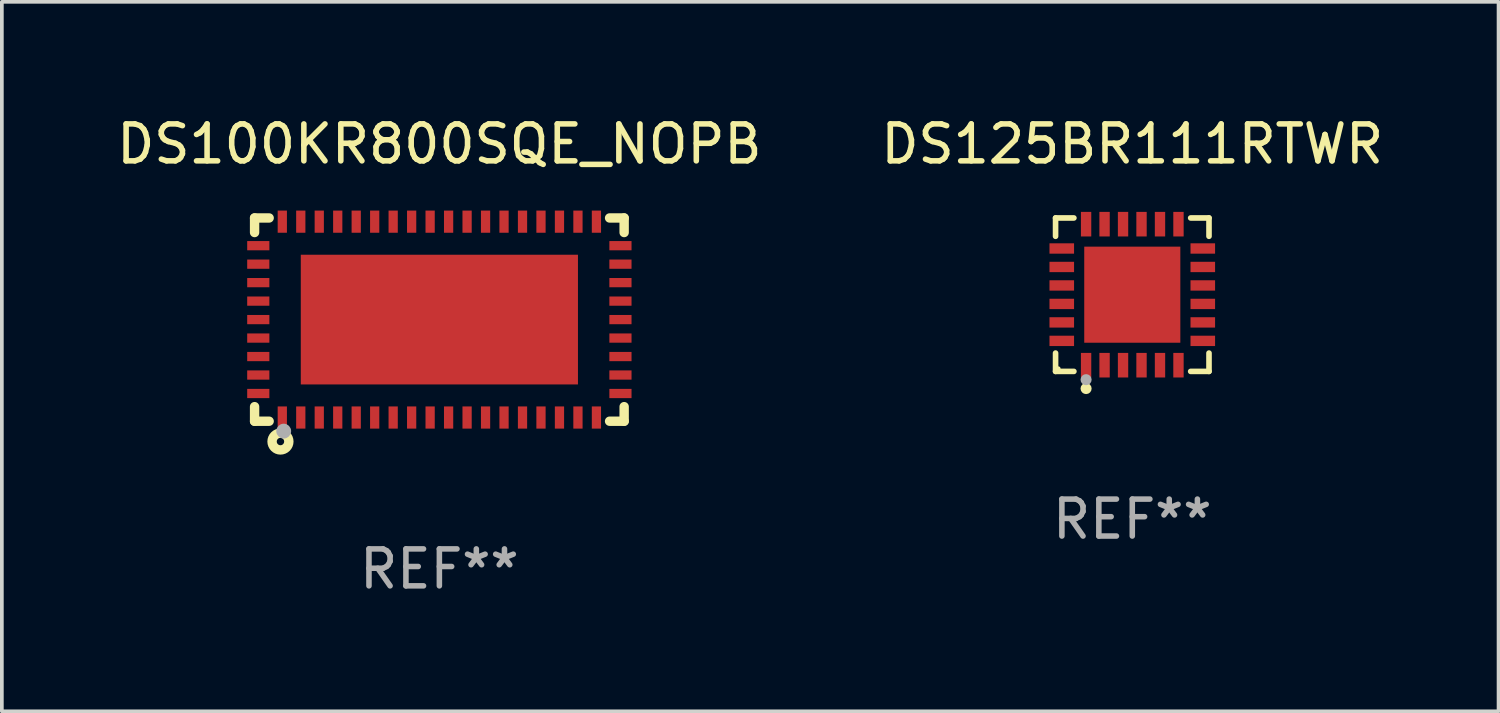
<source format=kicad_pcb>
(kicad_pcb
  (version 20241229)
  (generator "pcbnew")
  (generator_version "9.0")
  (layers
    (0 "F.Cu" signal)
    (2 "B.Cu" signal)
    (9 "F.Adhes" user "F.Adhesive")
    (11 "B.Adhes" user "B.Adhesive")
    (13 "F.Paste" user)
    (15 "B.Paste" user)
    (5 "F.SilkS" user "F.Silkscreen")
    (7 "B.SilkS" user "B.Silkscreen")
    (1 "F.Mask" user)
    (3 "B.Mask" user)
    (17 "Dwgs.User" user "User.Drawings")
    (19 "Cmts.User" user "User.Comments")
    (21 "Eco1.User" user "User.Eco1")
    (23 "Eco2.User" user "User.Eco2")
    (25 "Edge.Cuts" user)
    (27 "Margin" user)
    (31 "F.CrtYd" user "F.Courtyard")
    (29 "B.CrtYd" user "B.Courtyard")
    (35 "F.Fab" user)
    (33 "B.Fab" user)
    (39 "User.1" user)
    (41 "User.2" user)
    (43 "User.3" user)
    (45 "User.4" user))
  (footprint "DS100KR800SQE_NOPB"
    (layer "F.Cu")
    (at 8.839 5.598)
    (property "Reference" "DS100KR800SQE_NOPB" (at 0 -4.75 0) (layer "F.SilkS") (effects (font (size 1 1) (thickness 0.15))))
    (attr through_hole)
    (fp_line (start -5 -2.75) (end -4.606 -2.75) (stroke (width 0.254) (type solid)) (layer "F.SilkS"))
    (fp_line (start -5 -2.356) (end -5 -2.75) (stroke (width 0.254) (type solid)) (layer "F.SilkS"))
    (fp_line (start -5 2.75) (end -5 2.356) (stroke (width 0.254) (type solid)) (layer "F.SilkS"))
    (fp_line (start -4.606 2.75) (end -5 2.75) (stroke (width 0.254) (type solid)) (layer "F.SilkS"))
    (fp_line (start 4.606 -2.75) (end 5 -2.75) (stroke (width 0.254) (type solid)) (layer "F.SilkS"))
    (fp_line (start 5 -2.75) (end 5 -2.356) (stroke (width 0.254) (type solid)) (layer "F.SilkS"))
    (fp_line (start 5 2.356) (end 5 2.75) (stroke (width 0.254) (type solid)) (layer "F.SilkS"))
    (fp_line (start 5 2.75) (end 4.606 2.75) (stroke (width 0.254) (type solid)) (layer "F.SilkS"))
    (fp_circle (center -5 2.75) (end -4.97 2.75) (stroke (width 0.06) (type solid)) (fill no) (layer "F.SilkS"))
    (fp_circle (center -4.3 3.3) (end -4.2 3.3) (stroke (width 0.254) (type solid)) (fill no) (layer "F.SilkS"))
    (fp_circle (center -4.212 3.018) (end -4.111 3.018) (stroke (width 0.2) (type solid)) (fill no) (layer "F.Fab"))
    (fp_text user "REF**" (at 0 6.75 0) (layer "F.Fab") (effects (font (size 1 1) (thickness 0.15))))
    (pad "1" smd rect (at -4.25 2.65 270) (size 0.6 0.25) (layers "F.Cu" "F.Mask" "F.Paste"))
    (pad "2" smd rect (at -3.75 2.65 270) (size 0.6 0.25) (layers "F.Cu" "F.Mask" "F.Paste"))
    (pad "3" smd rect (at -3.25 2.65 270) (size 0.6 0.25) (layers "F.Cu" "F.Mask" "F.Paste"))
    (pad "4" smd rect (at -2.75 2.65 270) (size 0.6 0.25) (layers "F.Cu" "F.Mask" "F.Paste"))
    (pad "5" smd rect (at -2.25 2.65 270) (size 0.6 0.25) (layers "F.Cu" "F.Mask" "F.Paste"))
    (pad "6" smd rect (at -1.75 2.65 270) (size 0.6 0.25) (layers "F.Cu" "F.Mask" "F.Paste"))
    (pad "7" smd rect (at -1.25 2.65 270) (size 0.6 0.25) (layers "F.Cu" "F.Mask" "F.Paste"))
    (pad "8" smd rect (at -0.75 2.65 270) (size 0.6 0.25) (layers "F.Cu" "F.Mask" "F.Paste"))
    (pad "9" smd rect (at -0.25 2.65 270) (size 0.6 0.25) (layers "F.Cu" "F.Mask" "F.Paste"))
    (pad "10" smd rect (at 0.25 2.65 270) (size 0.6 0.25) (layers "F.Cu" "F.Mask" "F.Paste"))
    (pad "11" smd rect (at 0.75 2.65 270) (size 0.6 0.25) (layers "F.Cu" "F.Mask" "F.Paste"))
    (pad "12" smd rect (at 1.25 2.65 270) (size 0.6 0.25) (layers "F.Cu" "F.Mask" "F.Paste"))
    (pad "13" smd rect (at 1.75 2.65 270) (size 0.6 0.25) (layers "F.Cu" "F.Mask" "F.Paste"))
    (pad "14" smd rect (at 2.25 2.65 270) (size 0.6 0.25) (layers "F.Cu" "F.Mask" "F.Paste"))
    (pad "15" smd rect (at 2.75 2.65 270) (size 0.6 0.25) (layers "F.Cu" "F.Mask" "F.Paste"))
    (pad "16" smd rect (at 3.25 2.65 270) (size 0.6 0.25) (layers "F.Cu" "F.Mask" "F.Paste"))
    (pad "17" smd rect (at 3.75 2.65 270) (size 0.6 0.25) (layers "F.Cu" "F.Mask" "F.Paste"))
    (pad "18" smd rect (at 4.25 2.65 270) (size 0.6 0.25) (layers "F.Cu" "F.Mask" "F.Paste"))
    (pad "19" smd rect (at 4.9 2 270) (size 0.25 0.6) (layers "F.Cu" "F.Mask" "F.Paste"))
    (pad "20" smd rect (at 4.9 1.5 270) (size 0.25 0.6) (layers "F.Cu" "F.Mask" "F.Paste"))
    (pad "21" smd rect (at 4.9 1 270) (size 0.25 0.6) (layers "F.Cu" "F.Mask" "F.Paste"))
    (pad "22" smd rect (at 4.9 0.5 270) (size 0.25 0.6) (layers "F.Cu" "F.Mask" "F.Paste"))
    (pad "23" smd rect (at 4.9 -0.000076 270) (size 0.25 0.6) (layers "F.Cu" "F.Mask" "F.Paste"))
    (pad "24" smd rect (at 4.9 -0.5 270) (size 0.25 0.6) (layers "F.Cu" "F.Mask" "F.Paste"))
    (pad "25" smd rect (at 4.9 -1 270) (size 0.25 0.6) (layers "F.Cu" "F.Mask" "F.Paste"))
    (pad "26" smd rect (at 4.9 -1.5 270) (size 0.25 0.6) (layers "F.Cu" "F.Mask" "F.Paste"))
    (pad "27" smd rect (at 4.9 -2 270) (size 0.25 0.6) (layers "F.Cu" "F.Mask" "F.Paste"))
    (pad "28" smd rect (at 4.25 -2.65 270) (size 0.6 0.25) (layers "F.Cu" "F.Mask" "F.Paste"))
    (pad "29" smd rect (at 3.75 -2.65 270) (size 0.6 0.25) (layers "F.Cu" "F.Mask" "F.Paste"))
    (pad "30" smd rect (at 3.25 -2.65 270) (size 0.6 0.25) (layers "F.Cu" "F.Mask" "F.Paste"))
    (pad "31" smd rect (at 2.75 -2.65 270) (size 0.6 0.25) (layers "F.Cu" "F.Mask" "F.Paste"))
    (pad "32" smd rect (at 2.25 -2.65 270) (size 0.6 0.25) (layers "F.Cu" "F.Mask" "F.Paste"))
    (pad "33" smd rect (at 1.75 -2.65 270) (size 0.6 0.25) (layers "F.Cu" "F.Mask" "F.Paste"))
    (pad "34" smd rect (at 1.25 -2.65 270) (size 0.6 0.25) (layers "F.Cu" "F.Mask" "F.Paste"))
    (pad "35" smd rect (at 0.75 -2.65 270) (size 0.6 0.25) (layers "F.Cu" "F.Mask" "F.Paste"))
    (pad "36" smd rect (at 0.25 -2.65 270) (size 0.6 0.25) (layers "F.Cu" "F.Mask" "F.Paste"))
    (pad "37" smd rect (at -0.25 -2.65 270) (size 0.6 0.25) (layers "F.Cu" "F.Mask" "F.Paste"))
    (pad "38" smd rect (at -0.75 -2.65 270) (size 0.6 0.25) (layers "F.Cu" "F.Mask" "F.Paste"))
    (pad "39" smd rect (at -1.25 -2.65 270) (size 0.6 0.25) (layers "F.Cu" "F.Mask" "F.Paste"))
    (pad "40" smd rect (at -1.75 -2.65 270) (size 0.6 0.25) (layers "F.Cu" "F.Mask" "F.Paste"))
    (pad "41" smd rect (at -2.25 -2.65 270) (size 0.6 0.25) (layers "F.Cu" "F.Mask" "F.Paste"))
    (pad "42" smd rect (at -2.75 -2.65 270) (size 0.6 0.25) (layers "F.Cu" "F.Mask" "F.Paste"))
    (pad "43" smd rect (at -3.25 -2.65 270) (size 0.6 0.25) (layers "F.Cu" "F.Mask" "F.Paste"))
    (pad "44" smd rect (at -3.75 -2.65 270) (size 0.6 0.25) (layers "F.Cu" "F.Mask" "F.Paste"))
    (pad "45" smd rect (at -4.25 -2.65 270) (size 0.6 0.25) (layers "F.Cu" "F.Mask" "F.Paste"))
    (pad "46" smd rect (at -4.9 -2 270) (size 0.25 0.6) (layers "F.Cu" "F.Mask" "F.Paste"))
    (pad "47" smd rect (at -4.9 -1.5 270) (size 0.25 0.6) (layers "F.Cu" "F.Mask" "F.Paste"))
    (pad "48" smd rect (at -4.9 -1 270) (size 0.25 0.6) (layers "F.Cu" "F.Mask" "F.Paste"))
    (pad "49" smd rect (at -4.9 -0.5 270) (size 0.25 0.6) (layers "F.Cu" "F.Mask" "F.Paste"))
    (pad "50" smd rect (at -4.9 -0.000076 270) (size 0.25 0.6) (layers "F.Cu" "F.Mask" "F.Paste"))
    (pad "51" smd rect (at -4.9 0.5 270) (size 0.25 0.6) (layers "F.Cu" "F.Mask" "F.Paste"))
    (pad "52" smd rect (at -4.9 1 270) (size 0.25 0.6) (layers "F.Cu" "F.Mask" "F.Paste"))
    (pad "53" smd rect (at -4.9 1.5 270) (size 0.25 0.6) (layers "F.Cu" "F.Mask" "F.Paste"))
    (pad "54" smd rect (at -4.9 2 270) (size 0.25 0.6) (layers "F.Cu" "F.Mask" "F.Paste"))
    (pad "55" smd rect (at 0.000064 -0.000076 270) (size 3.51 7.5) (layers "F.Cu" "F.Mask" "F.Paste")))
  (footprint "DS125BR111RTWR"
    (layer "F.Cu")
    (at 27.589 4.924)
    (property "Reference" "DS125BR111RTWR" (at 0 -4.076 0) (layer "F.SilkS") (effects (font (size 1 1) (thickness 0.15))))
    (attr through_hole)
    (fp_line (start -2.076 -2.076) (end -1.58 -2.076) (stroke (width 0.152) (type solid)) (layer "F.SilkS"))
    (fp_line (start -2.076 -1.58) (end -2.076 -2.076) (stroke (width 0.152) (type solid)) (layer "F.SilkS"))
    (fp_line (start -2.076 1.58) (end -2.076 2.076) (stroke (width 0.152) (type solid)) (layer "F.SilkS"))
    (fp_line (start -2.076 2.076) (end -1.58 2.076) (stroke (width 0.152) (type solid)) (layer "F.SilkS"))
    (fp_line (start 2.076 -2.076) (end 1.58 -2.076) (stroke (width 0.152) (type solid)) (layer "F.SilkS"))
    (fp_line (start 2.076 -1.58) (end 2.076 -2.076) (stroke (width 0.152) (type solid)) (layer "F.SilkS"))
    (fp_line (start 2.076 1.58) (end 2.076 2.076) (stroke (width 0.152) (type solid)) (layer "F.SilkS"))
    (fp_line (start 2.076 2.076) (end 1.58 2.076) (stroke (width 0.152) (type solid)) (layer "F.SilkS"))
    (fp_circle (center -2 2) (end -1.97 2) (stroke (width 0.06) (type solid)) (fill no) (layer "F.SilkS"))
    (fp_circle (center -1.25 2.54) (end -1.175 2.54) (stroke (width 0.15) (type solid)) (fill no) (layer "F.SilkS"))
    (fp_circle (center -1.25 2.3) (end -1.175 2.3) (stroke (width 0.15) (type solid)) (fill no) (layer "F.Fab"))
    (fp_text user "REF**" (at 0 6.076 0) (layer "F.Fab") (effects (font (size 1 1) (thickness 0.15))))
    (pad "1" smd rect (at -1.25 1.908) (size 0.28 0.665) (layers "F.Cu" "F.Mask" "F.Paste"))
    (pad "2" smd rect (at -0.75 1.908) (size 0.28 0.665) (layers "F.Cu" "F.Mask" "F.Paste"))
    (pad "3" smd rect (at -0.25 1.908) (size 0.28 0.665) (layers "F.Cu" "F.Mask" "F.Paste"))
    (pad "4" smd rect (at 0.25 1.908) (size 0.28 0.665) (layers "F.Cu" "F.Mask" "F.Paste"))
    (pad "5" smd rect (at 0.75 1.908) (size 0.28 0.665) (layers "F.Cu" "F.Mask" "F.Paste"))
    (pad "6" smd rect (at 1.25 1.908) (size 0.28 0.665) (layers "F.Cu" "F.Mask" "F.Paste"))
    (pad "7" smd rect (at 1.908 1.25) (size 0.665 0.28) (layers "F.Cu" "F.Mask" "F.Paste"))
    (pad "8" smd rect (at 1.908 0.75) (size 0.665 0.28) (layers "F.Cu" "F.Mask" "F.Paste"))
    (pad "9" smd rect (at 1.908 0.25) (size 0.665 0.28) (layers "F.Cu" "F.Mask" "F.Paste"))
    (pad "10" smd rect (at 1.908 -0.25) (size 0.665 0.28) (layers "F.Cu" "F.Mask" "F.Paste"))
    (pad "11" smd rect (at 1.908 -0.75) (size 0.665 0.28) (layers "F.Cu" "F.Mask" "F.Paste"))
    (pad "12" smd rect (at 1.908 -1.25) (size 0.665 0.28) (layers "F.Cu" "F.Mask" "F.Paste"))
    (pad "13" smd rect (at 1.25 -1.908) (size 0.28 0.665) (layers "F.Cu" "F.Mask" "F.Paste"))
    (pad "14" smd rect (at 0.75 -1.908) (size 0.28 0.665) (layers "F.Cu" "F.Mask" "F.Paste"))
    (pad "15" smd rect (at 0.25 -1.908) (size 0.28 0.665) (layers "F.Cu" "F.Mask" "F.Paste"))
    (pad "16" smd rect (at -0.25 -1.908) (size 0.28 0.665) (layers "F.Cu" "F.Mask" "F.Paste"))
    (pad "17" smd rect (at -0.75 -1.908) (size 0.28 0.665) (layers "F.Cu" "F.Mask" "F.Paste"))
    (pad "18" smd rect (at -1.25 -1.908) (size 0.28 0.665) (layers "F.Cu" "F.Mask" "F.Paste"))
    (pad "19" smd rect (at -1.908 -1.25) (size 0.665 0.28) (layers "F.Cu" "F.Mask" "F.Paste"))
    (pad "20" smd rect (at -1.908 -0.75) (size 0.665 0.28) (layers "F.Cu" "F.Mask" "F.Paste"))
    (pad "21" smd rect (at -1.908 -0.25) (size 0.665 0.28) (layers "F.Cu" "F.Mask" "F.Paste"))
    (pad "22" smd rect (at -1.908 0.25) (size 0.665 0.28) (layers "F.Cu" "F.Mask" "F.Paste"))
    (pad "23" smd rect (at -1.908 0.75) (size 0.665 0.28) (layers "F.Cu" "F.Mask" "F.Paste"))
    (pad "24" smd rect (at -1.908 1.25) (size 0.665 0.28) (layers "F.Cu" "F.Mask" "F.Paste"))
    (pad "25" smd rect (at 0 0) (size 2.6 2.6) (layers "F.Cu" "F.Mask" "F.Paste")))
  (gr_rect
    (start -3 -3)
    (end 37.5 16.197)
    (stroke (width 0.1) (type default))
    (fill no)
    (layer "Edge.Cuts")))
</source>
